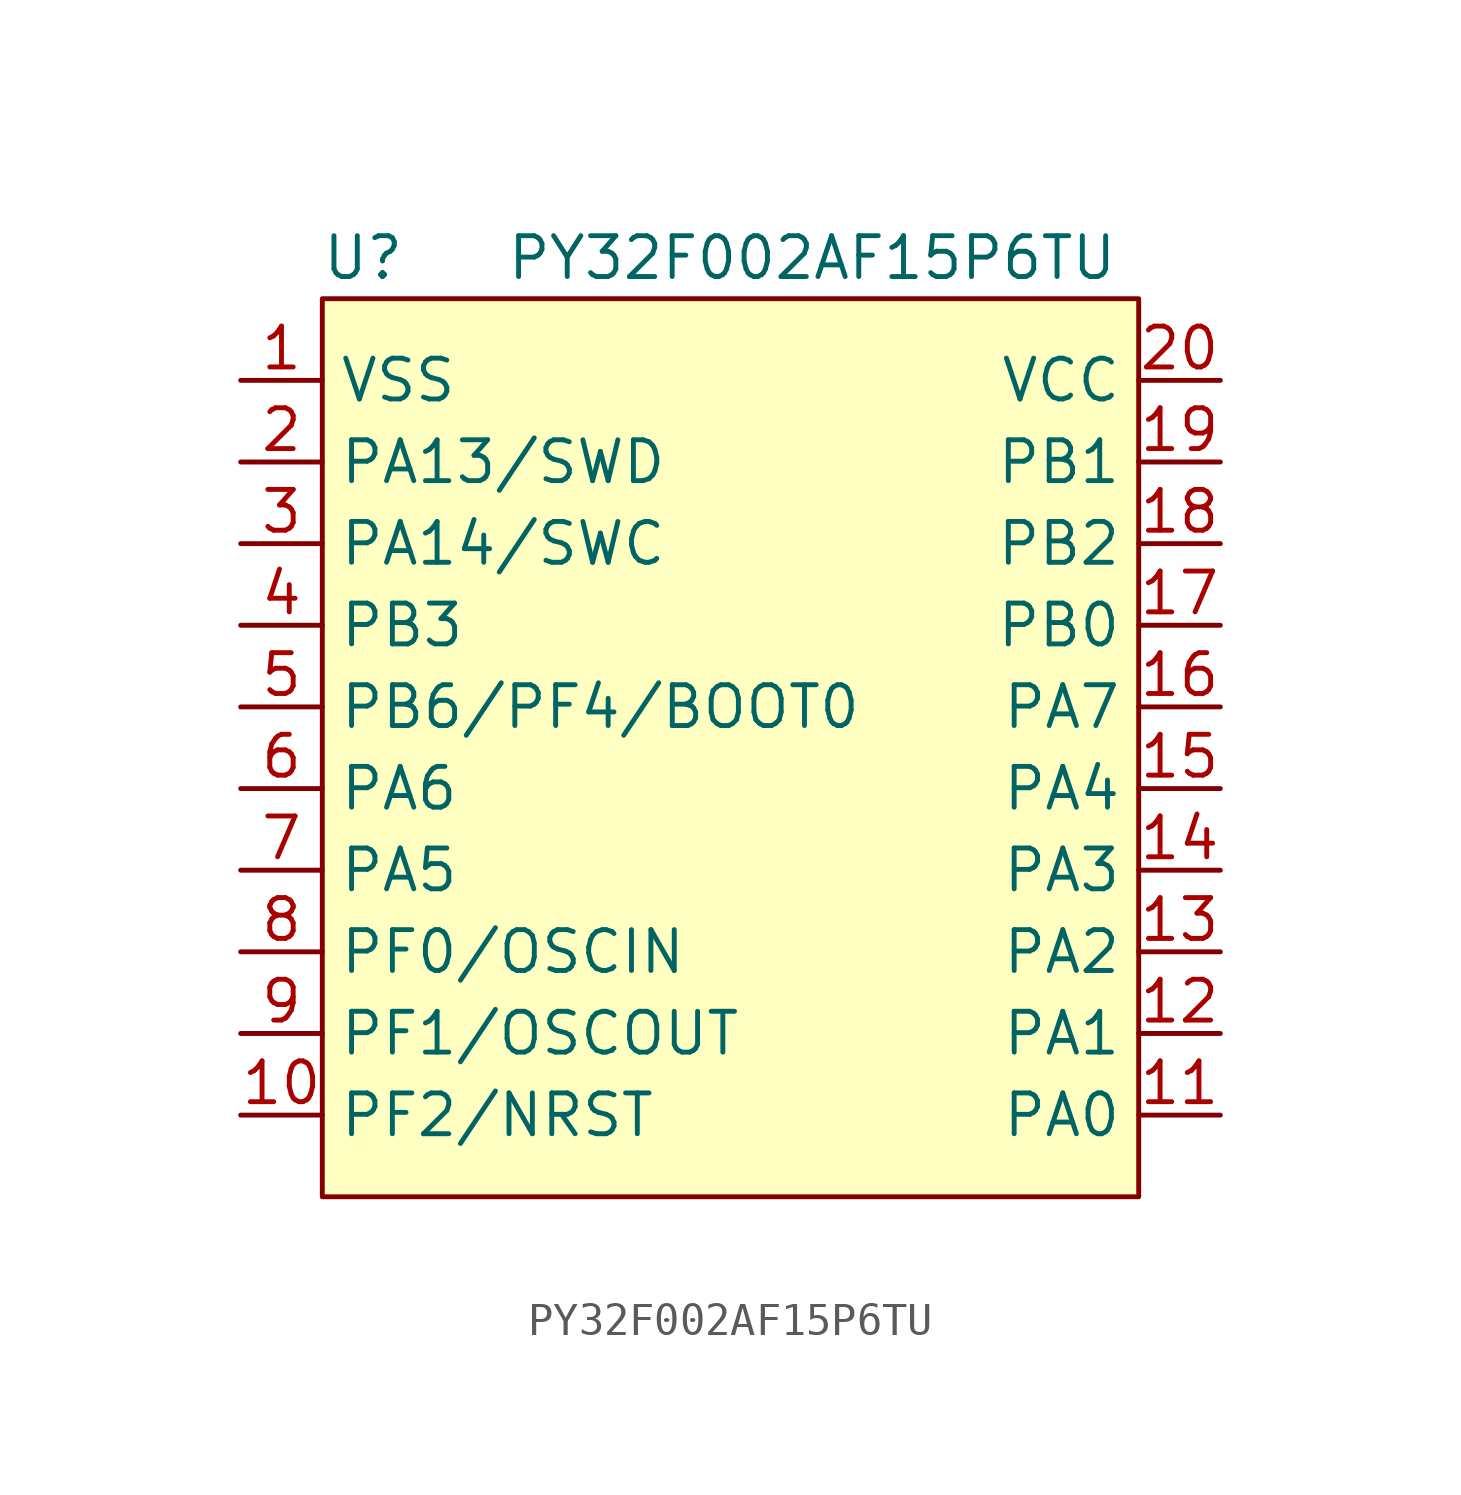
<source format=kicad_sym>
(kicad_symbol_lib
  (version 20220914)
  (generator kicad_symbol_editor)
  (symbol "PY32F002AF15P6TU"
    (property "Reference" "U"
      (at -11.43 15.24 0)
      (effects (font (size 1.27 1.27))))
    (property "Value" "PY32F002AF15P6TU"
      (at 2.54 15.24 0)
      (effects (font (size 1.27 1.27))))
    (symbol "PY32F002AF15P6TU_1_1"
      (rectangle (start -12.7 13.97) (end 12.7 -13.97) (stroke (width 0) (type default)) (fill (type background)))
      (pin power_in line (at -15.24 11.43 0) (length 2.54) (name "VSS" (effects (font (size 1.27 1.27)))) (number "1" (effects (font (size 1.27 1.27)))))
      (pin bidirectional line (at -15.24 -11.43 0) (length 2.54) (name "PF2/NRST" (effects (font (size 1.27 1.27)))) (number "10" (effects (font (size 1.27 1.27)))))
      (pin bidirectional line (at 15.24 -11.43 180) (length 2.54) (name "PA0" (effects (font (size 1.27 1.27)))) (number "11" (effects (font (size 1.27 1.27)))))
      (pin bidirectional line (at 15.24 -8.89 180) (length 2.54) (name "PA1" (effects (font (size 1.27 1.27)))) (number "12" (effects (font (size 1.27 1.27)))))
      (pin bidirectional line (at 15.24 -6.35 180) (length 2.54) (name "PA2" (effects (font (size 1.27 1.27)))) (number "13" (effects (font (size 1.27 1.27)))))
      (pin bidirectional line (at 15.24 -3.81 180) (length 2.54) (name "PA3" (effects (font (size 1.27 1.27)))) (number "14" (effects (font (size 1.27 1.27)))))
      (pin bidirectional line (at 15.24 -1.27 180) (length 2.54) (name "PA4" (effects (font (size 1.27 1.27)))) (number "15" (effects (font (size 1.27 1.27)))))
      (pin bidirectional line (at 15.24 1.27 180) (length 2.54) (name "PA7" (effects (font (size 1.27 1.27)))) (number "16" (effects (font (size 1.27 1.27)))))
      (pin bidirectional line (at 15.24 3.81 180) (length 2.54) (name "PB0" (effects (font (size 1.27 1.27)))) (number "17" (effects (font (size 1.27 1.27)))))
      (pin bidirectional line (at 15.24 6.35 180) (length 2.54) (name "PB2" (effects (font (size 1.27 1.27)))) (number "18" (effects (font (size 1.27 1.27)))))
      (pin bidirectional line (at 15.24 8.89 180) (length 2.54) (name "PB1" (effects (font (size 1.27 1.27)))) (number "19" (effects (font (size 1.27 1.27)))))
      (pin bidirectional line (at -15.24 8.89 0) (length 2.54) (name "PA13/SWD" (effects (font (size 1.27 1.27)))) (number "2" (effects (font (size 1.27 1.27)))))
      (pin power_in line (at 15.24 11.43 180) (length 2.54) (name "VCC" (effects (font (size 1.27 1.27)))) (number "20" (effects (font (size 1.27 1.27)))))
      (pin bidirectional line (at -15.24 6.35 0) (length 2.54) (name "PA14/SWC" (effects (font (size 1.27 1.27)))) (number "3" (effects (font (size 1.27 1.27)))))
      (pin bidirectional line (at -15.24 3.81 0) (length 2.54) (name "PB3" (effects (font (size 1.27 1.27)))) (number "4" (effects (font (size 1.27 1.27)))))
      (pin bidirectional line (at -15.24 1.27 0) (length 2.54) (name "PB6/PF4/BOOT0" (effects (font (size 1.27 1.27)))) (number "5" (effects (font (size 1.27 1.27)))))
      (pin bidirectional line (at -15.24 -1.27 0) (length 2.54) (name "PA6" (effects (font (size 1.27 1.27)))) (number "6" (effects (font (size 1.27 1.27)))))
      (pin bidirectional line (at -15.24 -3.81 0) (length 2.54) (name "PA5" (effects (font (size 1.27 1.27)))) (number "7" (effects (font (size 1.27 1.27)))))
      (pin bidirectional line (at -15.24 -6.35 0) (length 2.54) (name "PF0/OSCIN" (effects (font (size 1.27 1.27)))) (number "8" (effects (font (size 1.27 1.27)))))
      (pin bidirectional line (at -15.24 -8.89 0) (length 2.54) (name "PF1/OSCOUT" (effects (font (size 1.27 1.27)))) (number "9" (effects (font (size 1.27 1.27))))))))
</source>
